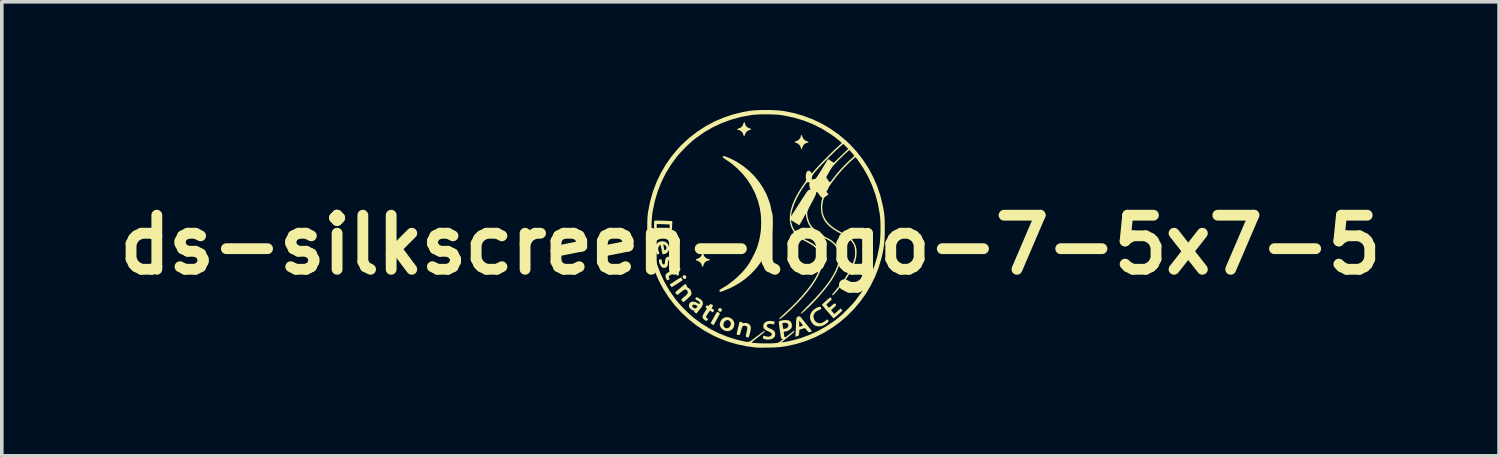
<source format=kicad_pcb>
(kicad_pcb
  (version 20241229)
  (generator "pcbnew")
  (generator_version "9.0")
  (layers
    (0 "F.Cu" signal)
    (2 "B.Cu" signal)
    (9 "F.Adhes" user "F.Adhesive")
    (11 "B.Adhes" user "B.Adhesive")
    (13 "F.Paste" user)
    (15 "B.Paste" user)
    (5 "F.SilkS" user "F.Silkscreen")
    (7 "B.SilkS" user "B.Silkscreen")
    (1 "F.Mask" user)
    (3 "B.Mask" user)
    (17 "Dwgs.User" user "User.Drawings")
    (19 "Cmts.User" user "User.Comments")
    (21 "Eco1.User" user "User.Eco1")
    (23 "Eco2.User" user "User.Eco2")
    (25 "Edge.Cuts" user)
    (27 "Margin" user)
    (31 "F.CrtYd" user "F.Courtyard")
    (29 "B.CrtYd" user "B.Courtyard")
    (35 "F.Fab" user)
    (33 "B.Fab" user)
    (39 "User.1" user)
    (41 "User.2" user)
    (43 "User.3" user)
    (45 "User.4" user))
  (footprint "ds-silkscreen-logo-7-5x7-5"
    (layer "F.Cu")
    (at 18.204 3.247)
    (property "Reference" "ds-silkscreen-logo-7-5x7-5" (at -0.44 0.494 0) (layer "F.SilkS") (effects (font (size 1.5 1.5) (thickness 0.3))))
    (attr board_only exclude_from_pos_files exclude_from_bom)
    (fp_poly (pts (xy -2.238 1.346) (xy -2.22 1.372) (xy -2.218 1.389) (xy -2.227 1.422) (xy -2.249 1.439) (xy -2.278 1.439) (xy -2.305 1.421) (xy -2.322 1.389) (xy -2.319 1.361) (xy -2.298 1.341) (xy -2.271 1.336)) (stroke (width 0) (type solid)) (fill yes) (layer "F.SilkS"))
    (fp_poly (pts (xy -1.267 2.252) (xy -1.237 2.269) (xy -1.228 2.295) (xy -1.24 2.327) (xy -1.261 2.35) (xy -1.285 2.352) (xy -1.315 2.336) (xy -1.336 2.311) (xy -1.337 2.285) (xy -1.323 2.263) (xy -1.296 2.251)) (stroke (width 0) (type solid)) (fill yes) (layer "F.SilkS"))
    (fp_poly (pts (xy -2.352 1.414) (xy -2.337 1.438) (xy -2.336 1.439) (xy -2.316 1.472) (xy -2.465 1.57) (xy -2.518 1.604) (xy -2.564 1.633) (xy -2.599 1.654) (xy -2.62 1.666) (xy -2.624 1.668) (xy -2.635 1.658) (xy -2.652 1.636) (xy -2.656 1.63) (xy -2.678 1.593) (xy -2.524 1.493) (xy -2.471 1.459) (xy -2.424 1.431) (xy -2.389 1.411) (xy -2.367 1.401) (xy -2.363 1.4)) (stroke (width 0) (type solid)) (fill yes) (layer "F.SilkS"))
    (fp_poly (pts (xy -1.356 2.357) (xy -1.331 2.367) (xy -1.322 2.371) (xy -1.296 2.385) (xy -1.288 2.397) (xy -1.293 2.415) (xy -1.294 2.417) (xy -1.311 2.448) (xy -1.333 2.489) (xy -1.359 2.537) (xy -1.387 2.587) (xy -1.413 2.634) (xy -1.436 2.676) (xy -1.453 2.706) (xy -1.462 2.721) (xy -1.463 2.722) (xy -1.473 2.716) (xy -1.496 2.702) (xy -1.504 2.697) (xy -1.528 2.68) (xy -1.541 2.669) (xy -1.542 2.668) (xy -1.537 2.657) (xy -1.522 2.629) (xy -1.501 2.59) (xy -1.475 2.543) (xy -1.448 2.494) (xy -1.421 2.446) (xy -1.397 2.404) (xy -1.379 2.373) (xy -1.37 2.357) (xy -1.369 2.356)) (stroke (width 0) (type solid)) (fill yes) (layer "F.SilkS"))
    (fp_poly (pts (xy -0.594 -2.891) (xy -0.594 -2.883) (xy -0.583 -2.837) (xy -0.554 -2.793) (xy -0.512 -2.758) (xy -0.463 -2.736) (xy -0.456 -2.735) (xy -0.427 -2.725) (xy -0.421 -2.713) (xy -0.438 -2.7) (xy -0.468 -2.69) (xy -0.519 -2.667) (xy -0.561 -2.627) (xy -0.587 -2.577) (xy -0.59 -2.568) (xy -0.602 -2.534) (xy -0.615 -2.521) (xy -0.627 -2.531) (xy -0.634 -2.556) (xy -0.653 -2.606) (xy -0.687 -2.649) (xy -0.73 -2.68) (xy -0.776 -2.694) (xy -0.783 -2.694) (xy -0.804 -2.699) (xy -0.806 -2.711) (xy -0.793 -2.725) (xy -0.766 -2.735) (xy -0.711 -2.756) (xy -0.668 -2.796) (xy -0.641 -2.849) (xy -0.64 -2.855) (xy -0.628 -2.887) (xy -0.614 -2.905) (xy -0.601 -2.907)) (stroke (width 0) (type solid)) (fill yes) (layer "F.SilkS"))
    (fp_poly (pts (xy 0.989 -2.538) (xy 0.999 -2.511) (xy 1 -2.508) (xy 1.019 -2.461) (xy 1.055 -2.419) (xy 1.101 -2.389) (xy 1.129 -2.38) (xy 1.157 -2.37) (xy 1.171 -2.357) (xy 1.17 -2.344) (xy 1.15 -2.339) (xy 1.148 -2.339) (xy 1.102 -2.328) (xy 1.058 -2.299) (xy 1.022 -2.257) (xy 1.001 -2.209) (xy 0.999 -2.201) (xy 0.99 -2.171) (xy 0.978 -2.161) (xy 0.967 -2.17) (xy 0.961 -2.187) (xy 0.954 -2.215) (xy 0.954 -2.215) (xy 0.935 -2.255) (xy 0.901 -2.294) (xy 0.859 -2.324) (xy 0.829 -2.335) (xy 0.796 -2.348) (xy 0.786 -2.361) (xy 0.797 -2.372) (xy 0.821 -2.379) (xy 0.87 -2.398) (xy 0.914 -2.432) (xy 0.945 -2.475) (xy 0.959 -2.521) (xy 0.959 -2.528) (xy 0.964 -2.549) (xy 0.976 -2.551)) (stroke (width 0) (type solid)) (fill yes) (layer "F.SilkS"))
    (fp_poly (pts (xy -1.757 0.713) (xy -1.746 0.73) (xy -1.744 0.747) (xy -1.733 0.789) (xy -1.705 0.829) (xy -1.667 0.863) (xy -1.624 0.882) (xy -1.603 0.885) (xy -1.579 0.891) (xy -1.571 0.898) (xy -1.572 0.914) (xy -1.59 0.927) (xy -1.621 0.932) (xy -1.622 0.932) (xy -1.655 0.943) (xy -1.69 0.969) (xy -1.72 1.005) (xy -1.738 1.044) (xy -1.739 1.052) (xy -1.749 1.086) (xy -1.765 1.099) (xy -1.783 1.091) (xy -1.789 1.074) (xy -1.791 1.055) (xy -1.801 1.024) (xy -1.826 0.99) (xy -1.86 0.959) (xy -1.897 0.938) (xy -1.91 0.934) (xy -1.943 0.922) (xy -1.955 0.907) (xy -1.945 0.892) (xy -1.913 0.881) (xy -1.911 0.881) (xy -1.872 0.866) (xy -1.835 0.839) (xy -1.806 0.805) (xy -1.791 0.77) (xy -1.791 0.763) (xy -1.786 0.733) (xy -1.773 0.714) (xy -1.757 0.712)) (stroke (width 0) (type solid)) (fill yes) (layer "F.SilkS"))
    (fp_poly (pts (xy -1.039 2.506) (xy -1.001 2.52) (xy -0.944 2.557) (xy -0.905 2.608) (xy -0.887 2.669) (xy -0.885 2.693) (xy -0.896 2.759) (xy -0.924 2.814) (xy -0.968 2.855) (xy -1.022 2.881) (xy -1.084 2.888) (xy -1.15 2.875) (xy -1.163 2.869) (xy -1.219 2.835) (xy -1.26 2.789) (xy -1.284 2.737) (xy -1.288 2.692) (xy -1.188 2.692) (xy -1.188 2.733) (xy -1.174 2.77) (xy -1.143 2.796) (xy -1.138 2.798) (xy -1.09 2.809) (xy -1.047 2.796) (xy -1.015 2.767) (xy -0.99 2.724) (xy -0.983 2.679) (xy -0.991 2.637) (xy -1.014 2.604) (xy -1.049 2.584) (xy -1.075 2.58) (xy -1.118 2.59) (xy -1.152 2.615) (xy -1.176 2.651) (xy -1.188 2.692) (xy -1.288 2.692) (xy -1.289 2.681) (xy -1.286 2.667) (xy -1.26 2.599) (xy -1.219 2.547) (xy -1.166 2.514) (xy -1.105 2.499)) (stroke (width 0) (type solid)) (fill yes) (layer "F.SilkS"))
    (fp_poly (pts (xy 1.509 2.218) (xy 1.516 2.23) (xy 1.52 2.256) (xy 1.522 2.262) (xy 1.515 2.277) (xy 1.486 2.293) (xy 1.468 2.299) (xy 1.398 2.334) (xy 1.347 2.378) (xy 1.317 2.43) (xy 1.308 2.489) (xy 1.322 2.551) (xy 1.351 2.605) (xy 1.385 2.636) (xy 1.431 2.659) (xy 1.48 2.67) (xy 1.509 2.668) (xy 1.553 2.653) (xy 1.603 2.627) (xy 1.646 2.597) (xy 1.663 2.581) (xy 1.681 2.565) (xy 1.694 2.565) (xy 1.707 2.576) (xy 1.725 2.597) (xy 1.725 2.618) (xy 1.708 2.643) (xy 1.686 2.663) (xy 1.614 2.714) (xy 1.539 2.745) (xy 1.463 2.757) (xy 1.39 2.747) (xy 1.352 2.733) (xy 1.301 2.696) (xy 1.257 2.641) (xy 1.226 2.576) (xy 1.22 2.557) (xy 1.212 2.485) (xy 1.226 2.416) (xy 1.262 2.351) (xy 1.316 2.293) (xy 1.388 2.245) (xy 1.406 2.237) (xy 1.45 2.22) (xy 1.486 2.213)) (stroke (width 0) (type solid)) (fill yes) (layer "F.SilkS"))
    (fp_poly (pts (xy -2.648 0.842) (xy -2.611 0.879) (xy -2.585 0.928) (xy -2.574 0.985) (xy -2.573 0.996) (xy -2.575 1.025) (xy -2.584 1.037) (xy -2.606 1.039) (xy -2.607 1.039) (xy -2.629 1.037) (xy -2.641 1.025) (xy -2.647 0.998) (xy -2.648 0.99) (xy -2.66 0.943) (xy -2.677 0.918) (xy -2.697 0.912) (xy -2.714 0.928) (xy -2.725 0.964) (xy -2.727 0.994) (xy -2.734 1.057) (xy -2.755 1.101) (xy -2.79 1.126) (xy -2.835 1.134) (xy -2.875 1.127) (xy -2.908 1.102) (xy -2.945 1.049) (xy -2.969 0.988) (xy -2.976 0.939) (xy -2.974 0.911) (xy -2.964 0.899) (xy -2.94 0.897) (xy -2.938 0.897) (xy -2.912 0.899) (xy -2.901 0.909) (xy -2.898 0.934) (xy -2.898 0.942) (xy -2.891 0.992) (xy -2.875 1.024) (xy -2.85 1.037) (xy -2.842 1.037) (xy -2.827 1.032) (xy -2.818 1.018) (xy -2.812 0.989) (xy -2.809 0.962) (xy -2.803 0.919) (xy -2.795 0.882) (xy -2.788 0.865) (xy -2.764 0.841) (xy -2.728 0.826) (xy -2.692 0.824)) (stroke (width 0) (type solid)) (fill yes) (layer "F.SilkS"))
    (fp_poly (pts (xy -3.007 -0.178) (xy -2.944 -0.177) (xy -2.872 -0.175) (xy -2.852 -0.175) (xy -2.606 -0.166) (xy -2.611 -0.029) (xy -2.617 0.06) (xy -2.629 0.128) (xy -2.649 0.181) (xy -2.679 0.222) (xy -2.716 0.253) (xy -2.77 0.277) (xy -2.835 0.289) (xy -2.902 0.287) (xy -2.946 0.276) (xy -3.005 0.247) (xy -3.048 0.209) (xy -3.083 0.155) (xy -3.096 0.127) (xy -3.105 0.1) (xy -3.11 0.068) (xy -3.112 0.024) (xy -3.113 -0.028) (xy -3.041 -0.028) (xy -3.038 0.013) (xy -3.032 0.055) (xy -3.024 0.089) (xy -3.018 0.102) (xy -2.982 0.149) (xy -2.931 0.178) (xy -2.871 0.19) (xy -2.805 0.183) (xy -2.772 0.172) (xy -2.734 0.145) (xy -2.705 0.098) (xy -2.687 0.035) (xy -2.683 0.003) (xy -2.677 -0.071) (xy -2.853 -0.078) (xy -2.915 -0.08) (xy -2.968 -0.081) (xy -3.009 -0.081) (xy -3.032 -0.08) (xy -3.035 -0.079) (xy -3.04 -0.061) (xy -3.041 -0.028) (xy -3.113 -0.028) (xy -3.113 -0.035) (xy -3.112 -0.089) (xy -3.11 -0.134) (xy -3.108 -0.164) (xy -3.105 -0.175) (xy -3.091 -0.177) (xy -3.057 -0.178)) (stroke (width 0) (type solid)) (fill yes) (layer "F.SilkS"))
    (fp_poly (pts (xy -1.521 2.144) (xy -1.489 2.16) (xy -1.477 2.175) (xy -1.484 2.196) (xy -1.495 2.213) (xy -1.51 2.237) (xy -1.513 2.252) (xy -1.499 2.266) (xy -1.468 2.285) (xy -1.45 2.304) (xy -1.453 2.329) (xy -1.465 2.347) (xy -1.477 2.361) (xy -1.489 2.362) (xy -1.51 2.349) (xy -1.517 2.344) (xy -1.541 2.328) (xy -1.557 2.32) (xy -1.558 2.319) (xy -1.568 2.329) (xy -1.587 2.353) (xy -1.61 2.386) (xy -1.633 2.422) (xy -1.654 2.456) (xy -1.668 2.482) (xy -1.672 2.493) (xy -1.664 2.509) (xy -1.643 2.529) (xy -1.641 2.53) (xy -1.621 2.547) (xy -1.618 2.562) (xy -1.627 2.578) (xy -1.646 2.599) (xy -1.669 2.601) (xy -1.7 2.585) (xy -1.723 2.567) (xy -1.753 2.536) (xy -1.767 2.504) (xy -1.765 2.467) (xy -1.746 2.421) (xy -1.71 2.362) (xy -1.708 2.359) (xy -1.682 2.319) (xy -1.661 2.287) (xy -1.65 2.267) (xy -1.649 2.264) (xy -1.657 2.252) (xy -1.669 2.242) (xy -1.682 2.23) (xy -1.681 2.217) (xy -1.669 2.196) (xy -1.652 2.176) (xy -1.637 2.173) (xy -1.624 2.18) (xy -1.606 2.188) (xy -1.591 2.18) (xy -1.576 2.163) (xy -1.558 2.142) (xy -1.541 2.138)) (stroke (width 0) (type solid)) (fill yes) (layer "F.SilkS"))
    (fp_poly (pts (xy -2.22 1.61) (xy -2.204 1.634) (xy -2.199 1.653) (xy -2.199 1.655) (xy -2.194 1.666) (xy -2.173 1.681) (xy -2.165 1.686) (xy -2.119 1.72) (xy -2.088 1.769) (xy -2.076 1.828) (xy -2.075 1.832) (xy -2.078 1.862) (xy -2.087 1.886) (xy -2.107 1.912) (xy -2.132 1.938) (xy -2.168 1.972) (xy -2.206 2.007) (xy -2.244 2.039) (xy -2.276 2.065) (xy -2.298 2.08) (xy -2.304 2.082) (xy -2.315 2.074) (xy -2.333 2.054) (xy -2.336 2.051) (xy -2.352 2.027) (xy -2.357 2.012) (xy -2.357 2.012) (xy -2.347 2.001) (xy -2.324 1.979) (xy -2.29 1.948) (xy -2.265 1.927) (xy -2.223 1.89) (xy -2.197 1.863) (xy -2.183 1.842) (xy -2.177 1.823) (xy -2.176 1.81) (xy -2.184 1.773) (xy -2.207 1.748) (xy -2.229 1.735) (xy -2.251 1.731) (xy -2.276 1.739) (xy -2.31 1.76) (xy -2.355 1.796) (xy -2.373 1.81) (xy -2.41 1.841) (xy -2.441 1.865) (xy -2.461 1.879) (xy -2.466 1.881) (xy -2.479 1.873) (xy -2.5 1.854) (xy -2.502 1.851) (xy -2.514 1.839) (xy -2.521 1.829) (xy -2.521 1.819) (xy -2.513 1.805) (xy -2.495 1.786) (xy -2.465 1.759) (xy -2.42 1.721) (xy -2.366 1.676) (xy -2.249 1.576)) (stroke (width 0) (type solid)) (fill yes) (layer "F.SilkS"))
    (fp_poly (pts (xy 0.138 2.606) (xy 0.176 2.612) (xy 0.21 2.62) (xy 0.231 2.628) (xy 0.236 2.633) (xy 0.232 2.645) (xy 0.224 2.67) (xy 0.223 2.673) (xy 0.212 2.697) (xy 0.199 2.703) (xy 0.18 2.698) (xy 0.132 2.686) (xy 0.085 2.685) (xy 0.046 2.695) (xy 0.021 2.713) (xy 0.016 2.723) (xy 0.016 2.753) (xy 0.035 2.78) (xy 0.076 2.805) (xy 0.106 2.817) (xy 0.171 2.847) (xy 0.215 2.881) (xy 0.24 2.921) (xy 0.248 2.97) (xy 0.248 2.971) (xy 0.244 3.012) (xy 0.232 3.042) (xy 0.214 3.064) (xy 0.165 3.1) (xy 0.102 3.119) (xy 0.029 3.123) (xy -0.041 3.111) (xy -0.078 3.096) (xy -0.094 3.074) (xy -0.089 3.043) (xy -0.086 3.036) (xy -0.076 3.018) (xy -0.064 3.014) (xy -0.04 3.021) (xy -0.032 3.025) (xy 0.02 3.039) (xy 0.068 3.041) (xy 0.11 3.031) (xy 0.14 3.011) (xy 0.153 2.982) (xy 0.153 2.978) (xy 0.143 2.947) (xy 0.112 2.919) (xy 0.06 2.895) (xy 0.054 2.893) (xy 0.01 2.873) (xy -0.032 2.845) (xy -0.043 2.835) (xy -0.07 2.805) (xy -0.082 2.777) (xy -0.084 2.749) (xy -0.074 2.696) (xy -0.043 2.653) (xy 0.004 2.622) (xy 0.067 2.606) (xy 0.103 2.604)) (stroke (width 0) (type solid)) (fill yes) (layer "F.SilkS"))
    (fp_poly (pts (xy -2.524 1.097) (xy -2.512 1.112) (xy -2.498 1.128) (xy -2.48 1.128) (xy -2.464 1.122) (xy -2.431 1.115) (xy -2.403 1.13) (xy -2.383 1.159) (xy -2.38 1.175) (xy -2.392 1.191) (xy -2.413 1.205) (xy -2.454 1.23) (xy -2.434 1.272) (xy -2.422 1.3) (xy -2.421 1.315) (xy -2.432 1.327) (xy -2.437 1.331) (xy -2.46 1.345) (xy -2.476 1.342) (xy -2.491 1.321) (xy -2.497 1.309) (xy -2.511 1.283) (xy -2.52 1.268) (xy -2.52 1.267) (xy -2.532 1.269) (xy -2.558 1.281) (xy -2.593 1.298) (xy -2.63 1.317) (xy -2.664 1.336) (xy -2.688 1.352) (xy -2.694 1.356) (xy -2.707 1.371) (xy -2.707 1.387) (xy -2.696 1.409) (xy -2.685 1.434) (xy -2.682 1.447) (xy -2.682 1.448) (xy -2.696 1.456) (xy -2.719 1.468) (xy -2.738 1.476) (xy -2.743 1.478) (xy -2.752 1.469) (xy -2.768 1.448) (xy -2.768 1.447) (xy -2.79 1.399) (xy -2.796 1.351) (xy -2.784 1.309) (xy -2.782 1.306) (xy -2.763 1.287) (xy -2.728 1.263) (xy -2.684 1.237) (xy -2.668 1.229) (xy -2.626 1.207) (xy -2.594 1.189) (xy -2.575 1.177) (xy -2.573 1.175) (xy -2.578 1.16) (xy -2.585 1.146) (xy -2.59 1.128) (xy -2.579 1.114) (xy -2.563 1.105) (xy -2.538 1.094)) (stroke (width 0) (type solid)) (fill yes) (layer "F.SilkS"))
    (fp_poly (pts (xy -1.909 1.955) (xy -1.877 1.971) (xy -1.814 2.01) (xy -1.774 2.054) (xy -1.757 2.104) (xy -1.763 2.158) (xy -1.792 2.218) (xy -1.83 2.267) (xy -1.863 2.306) (xy -1.893 2.342) (xy -1.914 2.368) (xy -1.916 2.37) (xy -1.939 2.402) (xy -1.974 2.375) (xy -1.994 2.354) (xy -2.001 2.337) (xy -2 2.334) (xy -2.004 2.323) (xy -2.028 2.314) (xy -2.029 2.313) (xy -2.059 2.3) (xy -2.093 2.276) (xy -2.106 2.265) (xy -2.133 2.232) (xy -2.145 2.202) (xy -2.146 2.193) (xy -2.056 2.193) (xy -2.048 2.218) (xy -2.018 2.242) (xy -1.986 2.257) (xy -1.964 2.257) (xy -1.938 2.243) (xy -1.936 2.242) (xy -1.913 2.219) (xy -1.914 2.197) (xy -1.934 2.179) (xy -1.977 2.156) (xy -2.008 2.15) (xy -2.032 2.159) (xy -2.04 2.165) (xy -2.056 2.193) (xy -2.146 2.193) (xy -2.147 2.179) (xy -2.137 2.13) (xy -2.111 2.095) (xy -2.072 2.074) (xy -2.023 2.069) (xy -1.967 2.081) (xy -1.916 2.107) (xy -1.877 2.128) (xy -1.854 2.134) (xy -1.847 2.131) (xy -1.84 2.11) (xy -1.852 2.083) (xy -1.878 2.056) (xy -1.915 2.033) (xy -1.951 2.013) (xy -1.966 1.995) (xy -1.964 1.976) (xy -1.954 1.96) (xy -1.944 1.949) (xy -1.931 1.947)) (stroke (width 0) (type solid)) (fill yes) (layer "F.SilkS"))
    (fp_poly (pts (xy -0.701 2.632) (xy -0.696 2.633) (xy -0.667 2.642) (xy -0.66 2.655) (xy -0.66 2.657) (xy -0.66 2.666) (xy -0.645 2.667) (xy -0.624 2.663) (xy -0.564 2.659) (xy -0.51 2.673) (xy -0.467 2.703) (xy -0.438 2.745) (xy -0.428 2.797) (xy -0.431 2.831) (xy -0.438 2.875) (xy -0.449 2.925) (xy -0.461 2.974) (xy -0.473 3.016) (xy -0.484 3.047) (xy -0.493 3.06) (xy -0.493 3.061) (xy -0.513 3.06) (xy -0.532 3.058) (xy -0.552 3.051) (xy -0.563 3.039) (xy -0.565 3.015) (xy -0.56 2.978) (xy -0.548 2.922) (xy -0.547 2.918) (xy -0.536 2.87) (xy -0.528 2.828) (xy -0.523 2.8) (xy -0.523 2.794) (xy -0.533 2.766) (xy -0.559 2.746) (xy -0.593 2.736) (xy -0.628 2.738) (xy -0.656 2.755) (xy -0.656 2.755) (xy -0.667 2.775) (xy -0.681 2.812) (xy -0.696 2.86) (xy -0.704 2.888) (xy -0.717 2.941) (xy -0.728 2.974) (xy -0.739 2.991) (xy -0.755 2.997) (xy -0.78 2.994) (xy -0.802 2.989) (xy -0.812 2.986) (xy -0.818 2.981) (xy -0.819 2.968) (xy -0.817 2.946) (xy -0.81 2.91) (xy -0.797 2.858) (xy -0.786 2.809) (xy -0.771 2.748) (xy -0.758 2.695) (xy -0.748 2.656) (xy -0.742 2.633) (xy -0.741 2.629) (xy -0.728 2.628)) (stroke (width 0) (type solid)) (fill yes) (layer "F.SilkS"))
    (fp_poly (pts (xy -2.822 0.403) (xy -2.768 0.43) (xy -2.728 0.477) (xy -2.718 0.494) (xy -2.696 0.559) (xy -2.696 0.62) (xy -2.718 0.674) (xy -2.758 0.718) (xy -2.784 0.733) (xy -2.818 0.746) (xy -2.85 0.754) (xy -2.872 0.755) (xy -2.876 0.753) (xy -2.88 0.74) (xy -2.887 0.708) (xy -2.897 0.664) (xy -2.904 0.625) (xy -2.915 0.574) (xy -2.924 0.532) (xy -2.931 0.505) (xy -2.933 0.499) (xy -2.854 0.499) (xy -2.85 0.527) (xy -2.844 0.563) (xy -2.836 0.6) (xy -2.829 0.63) (xy -2.827 0.634) (xy -2.816 0.646) (xy -2.798 0.638) (xy -2.778 0.614) (xy -2.776 0.61) (xy -2.765 0.583) (xy -2.769 0.556) (xy -2.773 0.545) (xy -2.789 0.521) (xy -2.812 0.5) (xy -2.836 0.486) (xy -2.852 0.485) (xy -2.854 0.486) (xy -2.854 0.499) (xy -2.933 0.499) (xy -2.934 0.497) (xy -2.945 0.501) (xy -2.965 0.517) (xy -2.97 0.522) (xy -2.994 0.563) (xy -2.999 0.615) (xy -2.984 0.675) (xy -2.982 0.68) (xy -2.969 0.713) (xy -2.967 0.732) (xy -2.976 0.744) (xy -2.995 0.753) (xy -3.014 0.76) (xy -3.026 0.755) (xy -3.039 0.735) (xy -3.047 0.716) (xy -3.073 0.636) (xy -3.077 0.563) (xy -3.059 0.499) (xy -3.057 0.494) (xy -3.019 0.442) (xy -2.97 0.41) (xy -2.906 0.396) (xy -2.889 0.395)) (stroke (width 0) (type solid)) (fill yes) (layer "F.SilkS"))
    (fp_poly (pts (xy 0.933 2.478) (xy 0.944 2.489) (xy 0.966 2.515) (xy 0.998 2.553) (xy 1.036 2.599) (xy 1.077 2.65) (xy 1.12 2.704) (xy 1.162 2.756) (xy 1.2 2.804) (xy 1.231 2.845) (xy 1.254 2.875) (xy 1.265 2.891) (xy 1.266 2.893) (xy 1.252 2.899) (xy 1.226 2.909) (xy 1.22 2.911) (xy 1.197 2.918) (xy 1.18 2.917) (xy 1.164 2.906) (xy 1.14 2.882) (xy 1.124 2.864) (xy 1.071 2.803) (xy 0.994 2.826) (xy 0.917 2.85) (xy 0.914 2.908) (xy 0.91 2.96) (xy 0.903 2.993) (xy 0.892 3.012) (xy 0.875 3.022) (xy 0.871 3.023) (xy 0.84 3.032) (xy 0.822 3.038) (xy 0.809 3.04) (xy 0.806 3.027) (xy 0.809 3.012) (xy 0.811 2.989) (xy 0.814 2.947) (xy 0.817 2.89) (xy 0.82 2.824) (xy 0.822 2.77) (xy 0.824 2.731) (xy 0.912 2.731) (xy 0.915 2.756) (xy 0.926 2.765) (xy 0.95 2.76) (xy 0.991 2.745) (xy 0.992 2.745) (xy 1.007 2.736) (xy 1.011 2.724) (xy 1.001 2.704) (xy 0.977 2.673) (xy 0.954 2.645) (xy 0.912 2.598) (xy 0.912 2.685) (xy 0.912 2.731) (xy 0.824 2.731) (xy 0.826 2.684) (xy 0.829 2.618) (xy 0.832 2.57) (xy 0.837 2.536) (xy 0.843 2.514) (xy 0.852 2.501) (xy 0.863 2.492) (xy 0.879 2.486) (xy 0.882 2.485) (xy 0.912 2.478) (xy 0.931 2.477)) (stroke (width 0) (type solid)) (fill yes) (layer "F.SilkS"))
    (fp_poly (pts (xy 1.789 1.961) (xy 1.804 1.979) (xy 1.812 1.992) (xy 1.813 2.004) (xy 1.804 2.02) (xy 1.782 2.042) (xy 1.745 2.076) (xy 1.744 2.078) (xy 1.665 2.15) (xy 1.698 2.193) (xy 1.719 2.219) (xy 1.736 2.235) (xy 1.74 2.236) (xy 1.753 2.229) (xy 1.778 2.21) (xy 1.811 2.182) (xy 1.817 2.177) (xy 1.851 2.149) (xy 1.88 2.128) (xy 1.897 2.118) (xy 1.899 2.118) (xy 1.915 2.127) (xy 1.929 2.144) (xy 1.936 2.158) (xy 1.935 2.171) (xy 1.923 2.187) (xy 1.898 2.212) (xy 1.871 2.237) (xy 1.796 2.304) (xy 1.842 2.359) (xy 1.888 2.414) (xy 1.918 2.387) (xy 1.944 2.364) (xy 1.978 2.334) (xy 2.006 2.308) (xy 2.064 2.257) (xy 2.086 2.285) (xy 2.102 2.307) (xy 2.108 2.32) (xy 2.1 2.33) (xy 2.078 2.351) (xy 2.045 2.381) (xy 2.007 2.415) (xy 1.967 2.451) (xy 1.929 2.484) (xy 1.897 2.511) (xy 1.876 2.528) (xy 1.868 2.533) (xy 1.859 2.524) (xy 1.837 2.5) (xy 1.805 2.464) (xy 1.764 2.417) (xy 1.717 2.363) (xy 1.704 2.349) (xy 1.656 2.293) (xy 1.614 2.243) (xy 1.58 2.202) (xy 1.557 2.172) (xy 1.546 2.156) (xy 1.545 2.155) (xy 1.554 2.143) (xy 1.577 2.121) (xy 1.609 2.09) (xy 1.647 2.056) (xy 1.687 2.021) (xy 1.724 1.99) (xy 1.754 1.966) (xy 1.773 1.953) (xy 1.776 1.952)) (stroke (width 0) (type solid)) (fill yes) (layer "F.SilkS"))
    (fp_poly (pts (xy -1.17 -1.966) (xy -1.132 -1.956) (xy -1.081 -1.937) (xy -1.022 -1.912) (xy -0.958 -1.883) (xy -0.893 -1.85) (xy -0.831 -1.817) (xy -0.831 -1.816) (xy -0.649 -1.698) (xy -0.482 -1.564) (xy -0.331 -1.414) (xy -0.197 -1.25) (xy -0.082 -1.075) (xy 0.014 -0.889) (xy 0.088 -0.694) (xy 0.111 -0.617) (xy 0.152 -0.422) (xy 0.174 -0.219) (xy 0.175 -0.014) (xy 0.156 0.19) (xy 0.117 0.386) (xy 0.111 0.408) (xy 0.045 0.605) (xy -0.042 0.793) (xy -0.149 0.972) (xy -0.275 1.14) (xy -0.418 1.294) (xy -0.577 1.434) (xy -0.75 1.557) (xy -0.936 1.662) (xy -0.98 1.683) (xy -1.032 1.706) (xy -1.089 1.73) (xy -1.146 1.753) (xy -1.197 1.773) (xy -1.239 1.788) (xy -1.266 1.797) (xy -1.273 1.798) (xy -1.284 1.792) (xy -1.293 1.786) (xy -1.304 1.772) (xy -1.297 1.754) (xy -1.27 1.73) (xy -1.223 1.699) (xy -1.201 1.687) (xy -1.067 1.602) (xy -0.933 1.501) (xy -0.802 1.388) (xy -0.681 1.269) (xy -0.575 1.147) (xy -0.52 1.075) (xy -0.469 0.998) (xy -0.416 0.906) (xy -0.363 0.806) (xy -0.313 0.704) (xy -0.271 0.607) (xy -0.239 0.522) (xy -0.239 0.521) (xy -0.184 0.313) (xy -0.15 0.1) (xy -0.139 -0.116) (xy -0.15 -0.332) (xy -0.179 -0.526) (xy -0.233 -0.732) (xy -0.309 -0.931) (xy -0.405 -1.123) (xy -0.521 -1.304) (xy -0.654 -1.473) (xy -0.805 -1.628) (xy -0.97 -1.767) (xy -1.12 -1.87) (xy -1.171 -1.904) (xy -1.2 -1.93) (xy -1.209 -1.95) (xy -1.199 -1.964) (xy -1.191 -1.967)) (stroke (width 0) (type solid)) (fill yes) (layer "F.SilkS"))
    (fp_poly (pts (xy 0.131 -3.245) (xy 0.262 -3.239) (xy 0.38 -3.23) (xy 0.479 -3.218) (xy 0.757 -3.163) (xy 1.027 -3.086) (xy 1.287 -2.988) (xy 1.537 -2.869) (xy 1.776 -2.729) (xy 2.003 -2.57) (xy 2.216 -2.392) (xy 2.328 -2.285) (xy 2.516 -2.08) (xy 2.686 -1.86) (xy 2.837 -1.628) (xy 2.967 -1.384) (xy 3.077 -1.129) (xy 3.166 -0.865) (xy 3.233 -0.591) (xy 3.261 -0.436) (xy 3.269 -0.38) (xy 3.275 -0.327) (xy 3.28 -0.273) (xy 3.283 -0.213) (xy 3.285 -0.144) (xy 3.286 -0.06) (xy 3.287 0.043) (xy 3.287 0.05) (xy 3.286 0.188) (xy 3.282 0.309) (xy 3.275 0.417) (xy 3.264 0.518) (xy 3.248 0.618) (xy 3.228 0.721) (xy 3.201 0.834) (xy 3.194 0.862) (xy 3.116 1.126) (xy 3.016 1.38) (xy 2.897 1.623) (xy 2.759 1.854) (xy 2.603 2.072) (xy 2.43 2.276) (xy 2.242 2.466) (xy 2.039 2.64) (xy 1.823 2.797) (xy 1.593 2.937) (xy 1.353 3.058) (xy 1.101 3.16) (xy 0.84 3.241) (xy 0.571 3.302) (xy 0.485 3.316) (xy 0.412 3.326) (xy 0.336 3.333) (xy 0.251 3.339) (xy 0.152 3.342) (xy 0.046 3.344) (xy -0.036 3.345) (xy -0.112 3.346) (xy -0.179 3.346) (xy -0.233 3.345) (xy -0.269 3.344) (xy -0.28 3.343) (xy -0.55 3.307) (xy -0.806 3.253) (xy -1.051 3.183) (xy -1.288 3.093) (xy -1.466 3.012) (xy -1.708 2.88) (xy -1.937 2.729) (xy -2.152 2.559) (xy -2.351 2.374) (xy -2.535 2.173) (xy -2.701 1.957) (xy -2.85 1.729) (xy -2.979 1.489) (xy -3.088 1.239) (xy -3.177 0.979) (xy -3.209 0.862) (xy -3.237 0.746) (xy -3.258 0.641) (xy -3.275 0.541) (xy -3.287 0.441) (xy -3.295 0.335) (xy -3.299 0.217) (xy -3.301 0.083) (xy -3.301 0.063) (xy -3.183 0.063) (xy -3.181 0.183) (xy -3.177 0.297) (xy -3.17 0.398) (xy -3.162 0.464) (xy -3.11 0.744) (xy -3.036 1.013) (xy -2.942 1.272) (xy -2.826 1.521) (xy -2.689 1.758) (xy -2.531 1.985) (xy -2.483 2.047) (xy -2.429 2.11) (xy -2.361 2.184) (xy -2.286 2.263) (xy -2.206 2.342) (xy -2.128 2.417) (xy -2.055 2.482) (xy -2.004 2.525) (xy -1.791 2.681) (xy -1.565 2.82) (xy -1.329 2.941) (xy -1.085 3.041) (xy -0.837 3.119) (xy -0.699 3.153) (xy -0.631 3.168) (xy -0.579 3.18) (xy -0.538 3.186) (xy -0.504 3.187) (xy -0.474 3.18) (xy -0.442 3.165) (xy -0.404 3.14) (xy -0.357 3.105) (xy -0.295 3.057) (xy -0.274 3.041) (xy -0.2 2.986) (xy -0.143 2.943) (xy -0.101 2.913) (xy -0.071 2.893) (xy -0.052 2.882) (xy -0.042 2.88) (xy -0.038 2.884) (xy -0.038 2.893) (xy -0.039 2.895) (xy -0.049 2.909) (xy -0.076 2.934) (xy -0.115 2.968) (xy -0.165 3.008) (xy -0.222 3.053) (xy -0.231 3.059) (xy -0.288 3.103) (xy -0.336 3.141) (xy -0.374 3.172) (xy -0.399 3.194) (xy -0.408 3.205) (xy -0.408 3.205) (xy -0.377 3.211) (xy -0.326 3.217) (xy -0.261 3.221) (xy -0.184 3.225) (xy -0.101 3.227) (xy -0.016 3.228) (xy 0.068 3.228) (xy 0.146 3.227) (xy 0.213 3.223) (xy 0.236 3.222) (xy 0.287 3.216) (xy 0.322 3.21) (xy 0.35 3.198) (xy 0.38 3.179) (xy 0.405 3.16) (xy 0.439 3.133) (xy 0.456 3.117) (xy 0.459 3.108) (xy 0.449 3.105) (xy 0.444 3.104) (xy 0.434 3.103) (xy 0.426 3.1) (xy 0.419 3.093) (xy 0.413 3.079) (xy 0.407 3.056) (xy 0.4 3.019) (xy 0.392 2.967) (xy 0.381 2.896) (xy 0.371 2.831) (xy 0.362 2.764) (xy 0.355 2.705) (xy 0.351 2.666) (xy 0.447 2.666) (xy 0.455 2.738) (xy 0.461 2.778) (xy 0.466 2.809) (xy 0.47 2.821) (xy 0.485 2.827) (xy 0.514 2.824) (xy 0.547 2.813) (xy 0.578 2.797) (xy 0.58 2.795) (xy 0.607 2.766) (xy 0.614 2.73) (xy 0.61 2.703) (xy 0.591 2.675) (xy 0.556 2.659) (xy 0.508 2.656) (xy 0.493 2.658) (xy 0.447 2.666) (xy 0.351 2.666) (xy 0.35 2.658) (xy 0.349 2.627) (xy 0.35 2.616) (xy 0.373 2.605) (xy 0.412 2.595) (xy 0.46 2.586) (xy 0.51 2.581) (xy 0.538 2.58) (xy 0.607 2.587) (xy 0.658 2.609) (xy 0.692 2.646) (xy 0.708 2.699) (xy 0.71 2.731) (xy 0.708 2.771) (xy 0.699 2.798) (xy 0.679 2.824) (xy 0.671 2.832) (xy 0.622 2.867) (xy 0.563 2.892) (xy 0.509 2.9) (xy 0.494 2.902) (xy 0.487 2.91) (xy 0.486 2.931) (xy 0.49 2.967) (xy 0.496 3.013) (xy 0.503 3.043) (xy 0.513 3.058) (xy 0.53 3.057) (xy 0.556 3.041) (xy 0.596 3.01) (xy 0.637 2.976) (xy 0.683 2.94) (xy 0.723 2.909) (xy 0.753 2.887) (xy 0.769 2.877) (xy 0.77 2.876) (xy 0.782 2.882) (xy 0.777 2.897) (xy 0.755 2.924) (xy 0.714 2.962) (xy 0.654 3.013) (xy 0.6 3.056) (xy 0.42 3.2) (xy 0.485 3.192) (xy 0.558 3.18) (xy 0.647 3.162) (xy 0.745 3.139) (xy 0.846 3.112) (xy 0.942 3.084) (xy 0.969 3.076) (xy 1.2 2.991) (xy 1.43 2.885) (xy 1.653 2.76) (xy 1.865 2.62) (xy 1.99 2.525) (xy 2.054 2.471) (xy 2.127 2.404) (xy 2.206 2.328) (xy 2.286 2.248) (xy 2.36 2.17) (xy 2.426 2.098) (xy 2.468 2.047) (xy 2.632 1.824) (xy 2.774 1.589) (xy 2.896 1.343) (xy 2.997 1.087) (xy 3.077 0.822) (xy 3.134 0.548) (xy 3.141 0.504) (xy 3.154 0.402) (xy 3.162 0.284) (xy 3.168 0.156) (xy 3.169 0.024) (xy 3.167 -0.105) (xy 3.161 -0.226) (xy 3.152 -0.332) (xy 3.147 -0.365) (xy 3.096 -0.643) (xy 3.024 -0.909) (xy 2.931 -1.165) (xy 2.817 -1.411) (xy 2.682 -1.648) (xy 2.549 -1.843) (xy 2.519 -1.883) (xy 2.494 -1.914) (xy 2.477 -1.932) (xy 2.473 -1.935) (xy 2.459 -1.928) (xy 2.433 -1.906) (xy 2.395 -1.873) (xy 2.35 -1.831) (xy 2.3 -1.785) (xy 2.249 -1.735) (xy 2.199 -1.686) (xy 2.153 -1.639) (xy 2.115 -1.598) (xy 2.113 -1.597) (xy 2.054 -1.529) (xy 1.993 -1.458) (xy 1.934 -1.385) (xy 1.878 -1.313) (xy 1.828 -1.245) (xy 1.784 -1.184) (xy 1.75 -1.132) (xy 1.727 -1.092) (xy 1.718 -1.067) (xy 1.717 -1.065) (xy 1.71 -1.046) (xy 1.694 -1.023) (xy 1.675 -0.997) (xy 1.673 -0.975) (xy 1.69 -0.951) (xy 1.699 -0.94) (xy 1.729 -0.91) (xy 1.679 -0.87) (xy 1.647 -0.846) (xy 1.622 -0.828) (xy 1.612 -0.822) (xy 1.6 -0.804) (xy 1.587 -0.769) (xy 1.575 -0.72) (xy 1.564 -0.665) (xy 1.556 -0.607) (xy 1.552 -0.553) (xy 1.552 -0.539) (xy 1.561 -0.423) (xy 1.589 -0.316) (xy 1.638 -0.215) (xy 1.707 -0.122) (xy 1.798 -0.034) (xy 1.911 0.049) (xy 2.046 0.128) (xy 2.085 0.148) (xy 2.147 0.18) (xy 2.207 0.214) (xy 2.26 0.247) (xy 2.299 0.274) (xy 2.302 0.276) (xy 2.369 0.34) (xy 2.427 0.419) (xy 2.473 0.504) (xy 2.484 0.533) (xy 2.499 0.6) (xy 2.505 0.681) (xy 2.502 0.769) (xy 2.491 0.857) (xy 2.477 0.915) (xy 2.452 0.991) (xy 2.415 1.081) (xy 2.37 1.176) (xy 2.321 1.271) (xy 2.269 1.358) (xy 2.258 1.376) (xy 2.214 1.441) (xy 2.166 1.51) (xy 2.114 1.581) (xy 2.06 1.65) (xy 2.009 1.716) (xy 1.96 1.775) (xy 1.916 1.825) (xy 1.881 1.863) (xy 1.854 1.886) (xy 1.841 1.893) (xy 1.829 1.89) (xy 1.827 1.882) (xy 1.835 1.865) (xy 1.855 1.837) (xy 1.89 1.795) (xy 1.914 1.767) (xy 2.056 1.593) (xy 2.177 1.426) (xy 2.278 1.265) (xy 2.358 1.112) (xy 2.417 0.967) (xy 2.435 0.91) (xy 2.451 0.853) (xy 2.459 0.806) (xy 2.463 0.759) (xy 2.463 0.702) (xy 2.462 0.68) (xy 2.458 0.619) (xy 2.453 0.574) (xy 2.443 0.537) (xy 2.429 0.5) (xy 2.423 0.488) (xy 2.378 0.414) (xy 2.317 0.346) (xy 2.238 0.282) (xy 2.139 0.221) (xy 2.095 0.198) (xy 1.964 0.127) (xy 1.853 0.058) (xy 1.762 -0.011) (xy 1.688 -0.082) (xy 1.628 -0.157) (xy 1.581 -0.239) (xy 1.546 -0.328) (xy 1.526 -0.413) (xy 1.516 -0.511) (xy 1.518 -0.613) (xy 1.531 -0.71) (xy 1.538 -0.741) (xy 1.549 -0.783) (xy 1.553 -0.807) (xy 1.551 -0.818) (xy 1.542 -0.823) (xy 1.535 -0.824) (xy 1.516 -0.836) (xy 1.49 -0.866) (xy 1.468 -0.899) (xy 1.437 -0.944) (xy 1.413 -0.967) (xy 1.402 -0.97) (xy 1.386 -0.964) (xy 1.382 -0.943) (xy 1.382 -0.937) (xy 1.377 -0.913) (xy 1.359 -0.869) (xy 1.329 -0.806) (xy 1.286 -0.723) (xy 1.26 -0.676) (xy 1.217 -0.595) (xy 1.184 -0.53) (xy 1.16 -0.479) (xy 1.145 -0.435) (xy 1.137 -0.397) (xy 1.136 -0.36) (xy 1.14 -0.319) (xy 1.149 -0.271) (xy 1.154 -0.251) (xy 1.189 -0.138) (xy 1.248 -0.034) (xy 1.328 0.063) (xy 1.43 0.15) (xy 1.553 0.23) (xy 1.634 0.272) (xy 1.743 0.328) (xy 1.831 0.387) (xy 1.904 0.45) (xy 1.921 0.467) (xy 1.988 0.555) (xy 2.033 0.652) (xy 2.056 0.758) (xy 2.057 0.874) (xy 2.037 0.998) (xy 1.995 1.131) (xy 1.931 1.274) (xy 1.845 1.425) (xy 1.803 1.49) (xy 1.72 1.607) (xy 1.622 1.734) (xy 1.512 1.866) (xy 1.394 1.999) (xy 1.272 2.128) (xy 1.149 2.249) (xy 1.118 2.278) (xy 1.061 2.331) (xy 1.018 2.368) (xy 0.988 2.391) (xy 0.97 2.401) (xy 0.96 2.399) (xy 0.959 2.391) (xy 0.967 2.38) (xy 0.99 2.354) (xy 1.025 2.317) (xy 1.071 2.269) (xy 1.124 2.214) (xy 1.184 2.154) (xy 1.187 2.151) (xy 1.359 1.973) (xy 1.51 1.806) (xy 1.641 1.647) (xy 1.752 1.496) (xy 1.843 1.353) (xy 1.915 1.217) (xy 1.969 1.086) (xy 2.005 0.961) (xy 2.02 0.878) (xy 2.02 0.783) (xy 2.001 0.686) (xy 1.963 0.595) (xy 1.908 0.514) (xy 1.887 0.49) (xy 1.843 0.448) (xy 1.799 0.412) (xy 1.748 0.378) (xy 1.686 0.343) (xy 1.623 0.31) (xy 1.567 0.282) (xy 1.512 0.251) (xy 1.465 0.224) (xy 1.447 0.212) (xy 1.336 0.127) (xy 1.246 0.031) (xy 1.177 -0.075) (xy 1.129 -0.189) (xy 1.104 -0.303) (xy 1.095 -0.371) (xy 1.008 -0.211) (xy 0.978 -0.156) (xy 0.952 -0.109) (xy 0.931 -0.074) (xy 0.919 -0.054) (xy 0.916 -0.051) (xy 0.904 -0.057) (xy 0.877 -0.073) (xy 0.838 -0.097) (xy 0.797 -0.123) (xy 0.684 -0.194) (xy 0.692 -0.143) (xy 0.722 -0.028) (xy 0.773 0.077) (xy 0.846 0.172) (xy 0.94 0.258) (xy 1.056 0.336) (xy 1.162 0.39) (xy 1.278 0.453) (xy 1.376 0.528) (xy 1.453 0.613) (xy 1.511 0.707) (xy 1.547 0.81) (xy 1.555 0.853) (xy 1.559 0.961) (xy 1.542 1.079) (xy 1.504 1.205) (xy 1.445 1.339) (xy 1.367 1.482) (xy 1.268 1.631) (xy 1.15 1.787) (xy 1.013 1.949) (xy 0.857 2.117) (xy 0.682 2.29) (xy 0.57 2.394) (xy 0.499 2.459) (xy 0.443 2.506) (xy 0.401 2.538) (xy 0.373 2.554) (xy 0.358 2.556) (xy 0.354 2.547) (xy 0.363 2.536) (xy 0.386 2.512) (xy 0.421 2.478) (xy 0.466 2.435) (xy 0.516 2.39) (xy 0.69 2.226) (xy 0.85 2.065) (xy 0.995 1.907) (xy 1.124 1.754) (xy 1.235 1.608) (xy 1.327 1.47) (xy 1.39 1.359) (xy 1.444 1.245) (xy 1.483 1.143) (xy 1.507 1.048) (xy 1.516 0.958) (xy 1.517 0.933) (xy 1.509 0.832) (xy 1.484 0.742) (xy 1.44 0.66) (xy 1.377 0.586) (xy 1.294 0.516) (xy 1.188 0.451) (xy 1.147 0.429) (xy 1.087 0.397) (xy 1.027 0.364) (xy 0.974 0.332) (xy 0.94 0.309) (xy 0.84 0.226) (xy 0.761 0.132) (xy 0.703 0.028) (xy 0.667 -0.086) (xy 0.651 -0.209) (xy 0.654 -0.294) (xy 0.686 -0.294) (xy 0.71 -0.33) (xy 0.722 -0.348) (xy 0.744 -0.384) (xy 0.777 -0.434) (xy 0.817 -0.497) (xy 0.862 -0.568) (xy 0.912 -0.647) (xy 0.944 -0.697) (xy 1.002 -0.788) (xy 1.049 -0.86) (xy 1.086 -0.916) (xy 1.115 -0.959) (xy 1.137 -0.989) (xy 1.154 -1.01) (xy 1.167 -1.023) (xy 1.179 -1.029) (xy 1.19 -1.032) (xy 1.194 -1.033) (xy 1.221 -1.037) (xy 1.229 -1.045) (xy 1.221 -1.064) (xy 1.212 -1.078) (xy 1.198 -1.113) (xy 1.194 -1.165) (xy 1.195 -1.176) (xy 1.197 -1.243) (xy 1.161 -1.243) (xy 1.14 -1.239) (xy 1.12 -1.227) (xy 1.097 -1.202) (xy 1.073 -1.17) (xy 0.987 -1.044) (xy 0.908 -0.913) (xy 0.839 -0.781) (xy 0.781 -0.653) (xy 0.736 -0.53) (xy 0.705 -0.418) (xy 0.694 -0.353) (xy 0.686 -0.294) (xy 0.654 -0.294) (xy 0.656 -0.341) (xy 0.682 -0.482) (xy 0.729 -0.632) (xy 0.797 -0.789) (xy 0.885 -0.954) (xy 0.995 -1.127) (xy 1.031 -1.178) (xy 1.065 -1.227) (xy 1.087 -1.261) (xy 1.1 -1.285) (xy 1.105 -1.304) (xy 1.104 -1.317) (xy 1.259 -1.317) (xy 1.302 -1.325) (xy 1.336 -1.332) (xy 1.362 -1.338) (xy 1.364 -1.338) (xy 1.375 -1.35) (xy 1.397 -1.379) (xy 1.398 -1.381) (xy 1.661 -1.381) (xy 1.709 -1.308) (xy 1.733 -1.274) (xy 1.753 -1.249) (xy 1.764 -1.239) (xy 1.765 -1.239) (xy 1.775 -1.249) (xy 1.796 -1.275) (xy 1.825 -1.312) (xy 1.859 -1.357) (xy 1.863 -1.361) (xy 1.936 -1.453) (xy 2.021 -1.553) (xy 2.112 -1.654) (xy 2.205 -1.749) (xy 2.292 -1.834) (xy 2.326 -1.865) (xy 2.369 -1.903) (xy 2.404 -1.936) (xy 2.429 -1.96) (xy 2.44 -1.973) (xy 2.44 -1.973) (xy 2.433 -1.985) (xy 2.414 -2.01) (xy 2.386 -2.044) (xy 2.373 -2.059) (xy 2.306 -2.136) (xy 2.246 -2.086) (xy 2.22 -2.063) (xy 2.18 -2.025) (xy 2.131 -1.978) (xy 2.076 -1.924) (xy 2.018 -1.868) (xy 2.008 -1.858) (xy 1.947 -1.796) (xy 1.9 -1.746) (xy 1.863 -1.705) (xy 1.832 -1.668) (xy 1.806 -1.631) (xy 1.78 -1.589) (xy 1.751 -1.539) (xy 1.745 -1.53) (xy 1.661 -1.381) (xy 1.398 -1.381) (xy 1.427 -1.423) (xy 1.463 -1.479) (xy 1.505 -1.545) (xy 1.547 -1.613) (xy 1.59 -1.685) (xy 1.629 -1.75) (xy 1.662 -1.805) (xy 1.689 -1.848) (xy 1.706 -1.876) (xy 1.712 -1.886) (xy 1.722 -1.881) (xy 1.747 -1.866) (xy 1.78 -1.842) (xy 1.789 -1.835) (xy 1.825 -1.81) (xy 1.854 -1.792) (xy 1.87 -1.784) (xy 1.872 -1.784) (xy 1.882 -1.793) (xy 1.908 -1.816) (xy 1.945 -1.851) (xy 1.991 -1.896) (xy 2.044 -1.947) (xy 2.077 -1.978) (xy 2.273 -2.169) (xy 2.204 -2.237) (xy 2.135 -2.305) (xy 2.036 -2.219) (xy 1.985 -2.173) (xy 1.922 -2.114) (xy 1.849 -2.043) (xy 1.771 -1.966) (xy 1.69 -1.885) (xy 1.61 -1.804) (xy 1.535 -1.726) (xy 1.467 -1.654) (xy 1.41 -1.592) (xy 1.38 -1.558) (xy 1.337 -1.507) (xy 1.307 -1.469) (xy 1.287 -1.44) (xy 1.275 -1.416) (xy 1.269 -1.392) (xy 1.267 -1.376) (xy 1.259 -1.317) (xy 1.104 -1.317) (xy 1.104 -1.323) (xy 1.1 -1.344) (xy 1.094 -1.396) (xy 1.098 -1.45) (xy 1.11 -1.499) (xy 1.129 -1.538) (xy 1.152 -1.56) (xy 1.154 -1.56) (xy 1.187 -1.561) (xy 1.22 -1.542) (xy 1.242 -1.517) (xy 1.263 -1.485) (xy 1.368 -1.607) (xy 1.422 -1.667) (xy 1.49 -1.739) (xy 1.567 -1.82) (xy 1.65 -1.904) (xy 1.735 -1.989) (xy 1.818 -2.07) (xy 1.894 -2.144) (xy 1.961 -2.205) (xy 1.978 -2.22) (xy 2.021 -2.259) (xy 2.056 -2.293) (xy 2.08 -2.318) (xy 2.091 -2.331) (xy 2.091 -2.332) (xy 2.082 -2.345) (xy 2.056 -2.369) (xy 2.017 -2.402) (xy 1.969 -2.441) (xy 1.914 -2.483) (xy 1.855 -2.527) (xy 1.795 -2.569) (xy 1.759 -2.593) (xy 1.527 -2.735) (xy 1.288 -2.854) (xy 1.041 -2.952) (xy 0.783 -3.03) (xy 0.514 -3.088) (xy 0.408 -3.105) (xy 0.321 -3.115) (xy 0.217 -3.121) (xy 0.101 -3.125) (xy -0.02 -3.126) (xy -0.141 -3.125) (xy -0.255 -3.12) (xy -0.356 -3.113) (xy -0.422 -3.105) (xy -0.701 -3.053) (xy -0.971 -2.979) (xy -1.23 -2.885) (xy -1.478 -2.769) (xy -1.716 -2.632) (xy -1.942 -2.474) (xy -2.004 -2.426) (xy -2.068 -2.372) (xy -2.142 -2.305) (xy -2.221 -2.229) (xy -2.3 -2.149) (xy -2.375 -2.071) (xy -2.44 -1.998) (xy -2.483 -1.948) (xy -2.646 -1.724) (xy -2.789 -1.49) (xy -2.911 -1.244) (xy -3.012 -0.988) (xy -3.091 -0.722) (xy -3.149 -0.445) (xy -3.162 -0.365) (xy -3.171 -0.278) (xy -3.178 -0.174) (xy -3.182 -0.058) (xy -3.183 0.063) (xy -3.301 0.063) (xy -3.301 0.05) (xy -3.301 -0.054) (xy -3.3 -0.139) (xy -3.298 -0.209) (xy -3.295 -0.269) (xy -3.29 -0.324) (xy -3.284 -0.377) (xy -3.276 -0.433) (xy -3.275 -0.436) (xy -3.22 -0.715) (xy -3.143 -0.984) (xy -3.045 -1.245) (xy -2.925 -1.495) (xy -2.786 -1.734) (xy -2.627 -1.96) (xy -2.449 -2.173) (xy -2.342 -2.285) (xy -2.136 -2.474) (xy -1.917 -2.644) (xy -1.685 -2.794) (xy -1.441 -2.925) (xy -1.186 -3.034) (xy -0.922 -3.123) (xy -0.648 -3.19) (xy -0.493 -3.218) (xy -0.392 -3.231) (xy -0.273 -3.24) (xy -0.142 -3.245) (xy -0.005 -3.247)) (stroke (width 0) (type solid)) (fill yes) (layer "F.SilkS")))
  (gr_rect
    (start -3 -3)
    (end 38.529 9.592)
    (stroke (width 0.1) (type default))
    (fill no)
    (layer "Edge.Cuts")))
</source>
